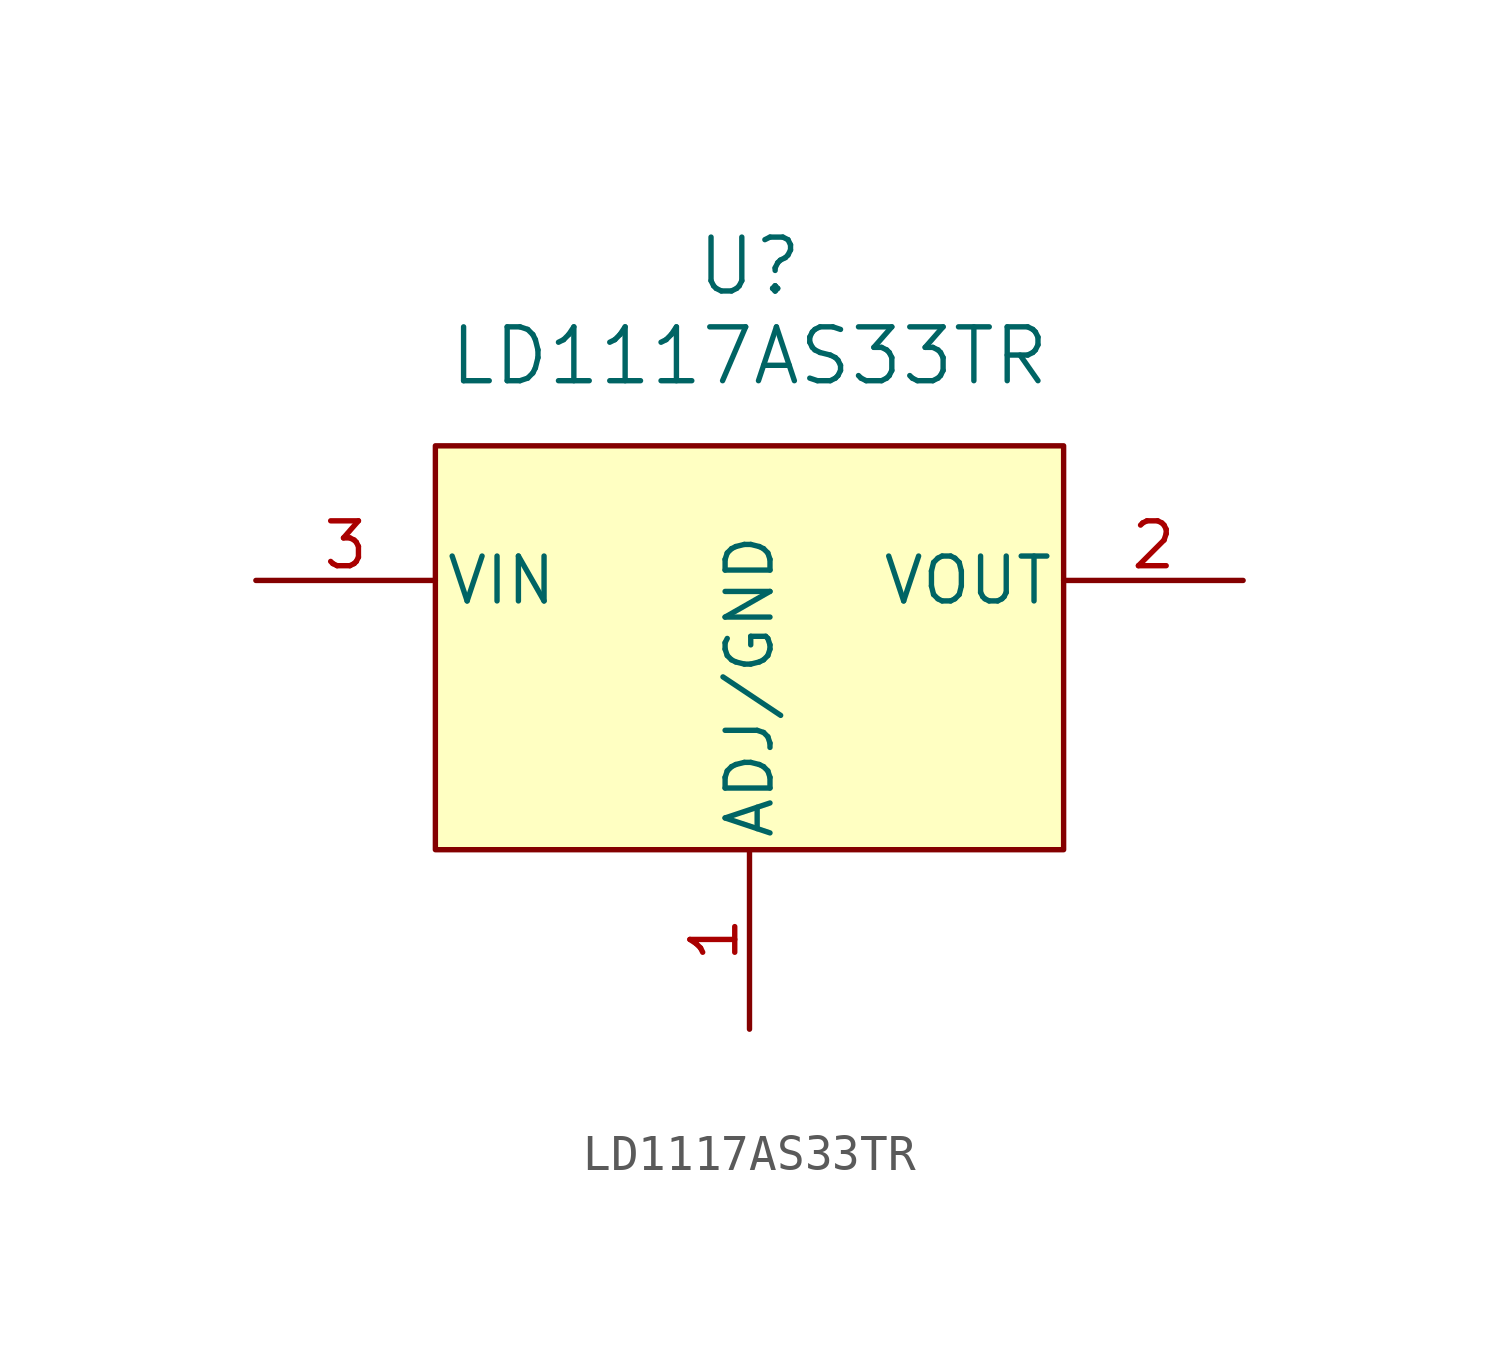
<source format=kicad_sym>
(kicad_symbol_lib
  (version 20211014)
  (generator kicad_symbol_editor)
  (symbol "LD1117AS33TR"
    (pin_names
      (offset 0.254))
    (property "Reference" "U"
      (at 16.51 10.16 0)
      (effects (font (size 1.524 1.524))))
    (property "Value" "LD1117AS33TR"
      (at 16.51 7.62 0)
      (effects (font (size 1.524 1.524))))
    (property "ki_locked" ""
      (at 0 0 0)
      (effects (font (size 1.27 1.27))))
    (symbol "LD1117AS33TR_0_1"
      (rectangle (start 7.62 -6.35) (end 25.4 5.08) (stroke (width 0) (type default) (color 0 0 0 0)) (fill (type background)))
      (pin power_out line (at 16.51 -11.43 90) (length 5.08) (name "ADJ/GND" (effects (font (size 1.27 1.27)))) (number "1" (effects (font (size 1.27 1.27)))))
      (pin power_in line (at 30.48 1.27 180) (length 5.08) (name "VOUT" (effects (font (size 1.27 1.27)))) (number "2" (effects (font (size 1.27 1.27)))))
      (pin power_in line (at 2.54 1.27 0) (length 5.08) (name "VIN" (effects (font (size 1.27 1.27)))) (number "3" (effects (font (size 1.27 1.27))))))))
</source>
